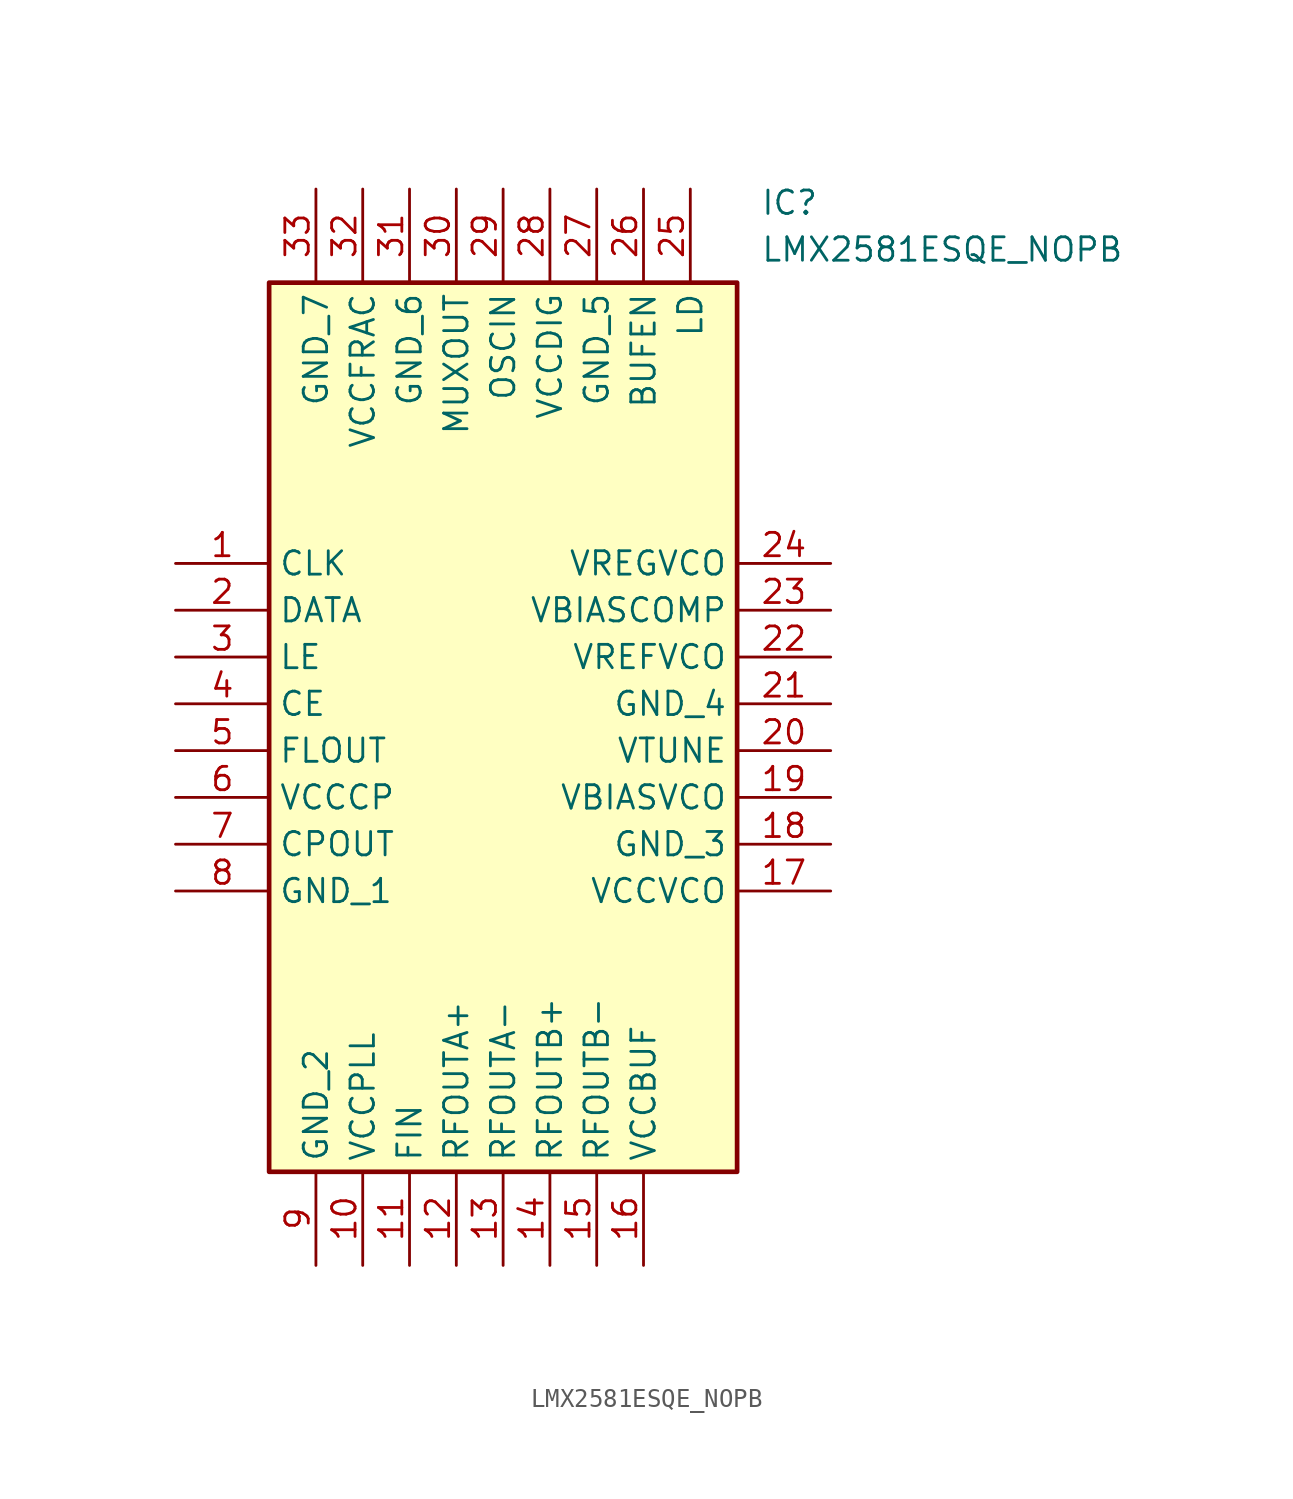
<source format=kicad_sym>
(kicad_symbol_lib
  (version 20211014)
  (generator SamacSys_ECAD_Model)
  (symbol "LMX2581ESQE_NOPB"
    (property "Reference" "IC"
      (at 31.75 20.32 0)
      (effects (font (size 1.27 1.27)) (justify left top)))
    (property "Value" "LMX2581ESQE_NOPB"
      (at 31.75 17.78 0)
      (effects (font (size 1.27 1.27)) (justify left top)))
    (rectangle
      (start 5.08 15.24)
      (end 30.48 -33.02)
      (stroke (width 0.254) (type default))
      (fill (type background)))
    (pin passive line
      (at 0 0 0)
      (length 5.08)
      (name "CLK" (effects (font (size 1.27 1.27))))
      (number "1" (effects (font (size 1.27 1.27)))))
    (pin passive line
      (at 0 -2.54 0)
      (length 5.08)
      (name "DATA" (effects (font (size 1.27 1.27))))
      (number "2" (effects (font (size 1.27 1.27)))))
    (pin passive line
      (at 0 -5.08 0)
      (length 5.08)
      (name "LE" (effects (font (size 1.27 1.27))))
      (number "3" (effects (font (size 1.27 1.27)))))
    (pin passive line
      (at 0 -7.62 0)
      (length 5.08)
      (name "CE" (effects (font (size 1.27 1.27))))
      (number "4" (effects (font (size 1.27 1.27)))))
    (pin passive line
      (at 0 -10.16 0)
      (length 5.08)
      (name "FLOUT" (effects (font (size 1.27 1.27))))
      (number "5" (effects (font (size 1.27 1.27)))))
    (pin passive line
      (at 0 -12.7 0)
      (length 5.08)
      (name "VCCCP" (effects (font (size 1.27 1.27))))
      (number "6" (effects (font (size 1.27 1.27)))))
    (pin passive line
      (at 0 -15.24 0)
      (length 5.08)
      (name "CPOUT" (effects (font (size 1.27 1.27))))
      (number "7" (effects (font (size 1.27 1.27)))))
    (pin passive line
      (at 0 -17.78 0)
      (length 5.08)
      (name "GND_1" (effects (font (size 1.27 1.27))))
      (number "8" (effects (font (size 1.27 1.27)))))
    (pin passive line
      (at 7.62 -38.1 90)
      (length 5.08)
      (name "GND_2" (effects (font (size 1.27 1.27))))
      (number "9" (effects (font (size 1.27 1.27)))))
    (pin passive line
      (at 10.16 -38.1 90)
      (length 5.08)
      (name "VCCPLL" (effects (font (size 1.27 1.27))))
      (number "10" (effects (font (size 1.27 1.27)))))
    (pin passive line
      (at 12.7 -38.1 90)
      (length 5.08)
      (name "FIN" (effects (font (size 1.27 1.27))))
      (number "11" (effects (font (size 1.27 1.27)))))
    (pin passive line
      (at 15.24 -38.1 90)
      (length 5.08)
      (name "RFOUTA+" (effects (font (size 1.27 1.27))))
      (number "12" (effects (font (size 1.27 1.27)))))
    (pin passive line
      (at 17.78 -38.1 90)
      (length 5.08)
      (name "RFOUTA-" (effects (font (size 1.27 1.27))))
      (number "13" (effects (font (size 1.27 1.27)))))
    (pin passive line
      (at 20.32 -38.1 90)
      (length 5.08)
      (name "RFOUTB+" (effects (font (size 1.27 1.27))))
      (number "14" (effects (font (size 1.27 1.27)))))
    (pin passive line
      (at 22.86 -38.1 90)
      (length 5.08)
      (name "RFOUTB-" (effects (font (size 1.27 1.27))))
      (number "15" (effects (font (size 1.27 1.27)))))
    (pin passive line
      (at 25.4 -38.1 90)
      (length 5.08)
      (name "VCCBUF" (effects (font (size 1.27 1.27))))
      (number "16" (effects (font (size 1.27 1.27)))))
    (pin passive line
      (at 35.56 0 180)
      (length 5.08)
      (name "VREGVCO" (effects (font (size 1.27 1.27))))
      (number "24" (effects (font (size 1.27 1.27)))))
    (pin passive line
      (at 35.56 -2.54 180)
      (length 5.08)
      (name "VBIASCOMP" (effects (font (size 1.27 1.27))))
      (number "23" (effects (font (size 1.27 1.27)))))
    (pin passive line
      (at 35.56 -5.08 180)
      (length 5.08)
      (name "VREFVCO" (effects (font (size 1.27 1.27))))
      (number "22" (effects (font (size 1.27 1.27)))))
    (pin passive line
      (at 35.56 -7.62 180)
      (length 5.08)
      (name "GND_4" (effects (font (size 1.27 1.27))))
      (number "21" (effects (font (size 1.27 1.27)))))
    (pin passive line
      (at 35.56 -10.16 180)
      (length 5.08)
      (name "VTUNE" (effects (font (size 1.27 1.27))))
      (number "20" (effects (font (size 1.27 1.27)))))
    (pin passive line
      (at 35.56 -12.7 180)
      (length 5.08)
      (name "VBIASVCO" (effects (font (size 1.27 1.27))))
      (number "19" (effects (font (size 1.27 1.27)))))
    (pin passive line
      (at 35.56 -15.24 180)
      (length 5.08)
      (name "GND_3" (effects (font (size 1.27 1.27))))
      (number "18" (effects (font (size 1.27 1.27)))))
    (pin passive line
      (at 35.56 -17.78 180)
      (length 5.08)
      (name "VCCVCO" (effects (font (size 1.27 1.27))))
      (number "17" (effects (font (size 1.27 1.27)))))
    (pin passive line
      (at 7.62 20.32 270)
      (length 5.08)
      (name "GND_7" (effects (font (size 1.27 1.27))))
      (number "33" (effects (font (size 1.27 1.27)))))
    (pin passive line
      (at 10.16 20.32 270)
      (length 5.08)
      (name "VCCFRAC" (effects (font (size 1.27 1.27))))
      (number "32" (effects (font (size 1.27 1.27)))))
    (pin passive line
      (at 12.7 20.32 270)
      (length 5.08)
      (name "GND_6" (effects (font (size 1.27 1.27))))
      (number "31" (effects (font (size 1.27 1.27)))))
    (pin passive line
      (at 15.24 20.32 270)
      (length 5.08)
      (name "MUXOUT" (effects (font (size 1.27 1.27))))
      (number "30" (effects (font (size 1.27 1.27)))))
    (pin passive line
      (at 17.78 20.32 270)
      (length 5.08)
      (name "OSCIN" (effects (font (size 1.27 1.27))))
      (number "29" (effects (font (size 1.27 1.27)))))
    (pin passive line
      (at 20.32 20.32 270)
      (length 5.08)
      (name "VCCDIG" (effects (font (size 1.27 1.27))))
      (number "28" (effects (font (size 1.27 1.27)))))
    (pin passive line
      (at 22.86 20.32 270)
      (length 5.08)
      (name "GND_5" (effects (font (size 1.27 1.27))))
      (number "27" (effects (font (size 1.27 1.27)))))
    (pin passive line
      (at 25.4 20.32 270)
      (length 5.08)
      (name "BUFEN" (effects (font (size 1.27 1.27))))
      (number "26" (effects (font (size 1.27 1.27)))))
    (pin passive line
      (at 27.94 20.32 270)
      (length 5.08)
      (name "LD" (effects (font (size 1.27 1.27))))
      (number "25" (effects (font (size 1.27 1.27)))))))
</source>
